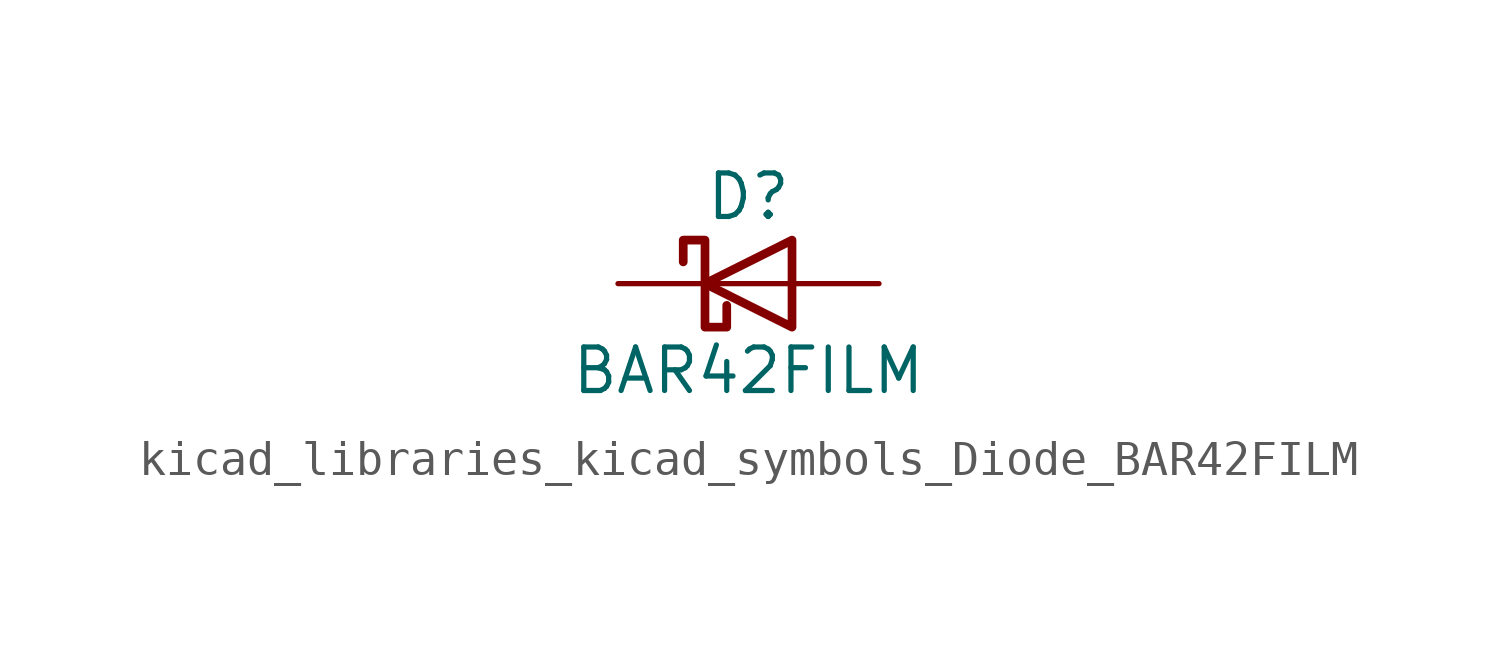
<source format=kicad_sym>
(kicad_symbol_lib
  (version 20220914)
  (generator kicad_symbol_editor)
  (symbol "kicad_libraries_kicad_symbols_Diode_BAR42FILM"
    (pin_numbers hide)
    (pin_names
      (offset 1.016) hide)
    (property "Reference" "D"
      (at 0 2.54 0)
      (effects (font (size 1.27 1.27))))
    (property "Value" "BAR42FILM"
      (at 0 -2.54 0)
      (effects (font (size 1.27 1.27))))
    (symbol "kicad_libraries_kicad_symbols_Diode_BAR42FILM_0_1"
      (polyline (pts (xy 1.27 0) (xy -1.27 0)) (stroke (width 0) (type default)) (fill (type none)))
      (polyline (pts (xy 1.27 1.27) (xy 1.27 -1.27) (xy -1.27 0) (xy 1.27 1.27)) (stroke (width 0.254) (type default)) (fill (type none)))
      (polyline (pts (xy -1.905 0.635) (xy -1.905 1.27) (xy -1.27 1.27) (xy -1.27 -1.27) (xy -0.635 -1.27) (xy -0.635 -0.635)) (stroke (width 0.254) (type default)) (fill (type none))))
    (symbol "kicad_libraries_kicad_symbols_Diode_BAR42FILM_1_1"
      (pin passive line (at 3.81 0 180) (length 2.54) (name "A" (effects (font (size 1.27 1.27)))) (number "1" (effects (font (size 1.27 1.27)))))
      (pin no_connect line (at 1.27 1.27 270) (length 2.54) hide (name "NC" (effects (font (size 1.27 1.27)))) (number "2" (effects (font (size 1.27 1.27)))))
      (pin passive line (at -3.81 0 0) (length 2.54) (name "K" (effects (font (size 1.27 1.27)))) (number "3" (effects (font (size 1.27 1.27))))))))
</source>
